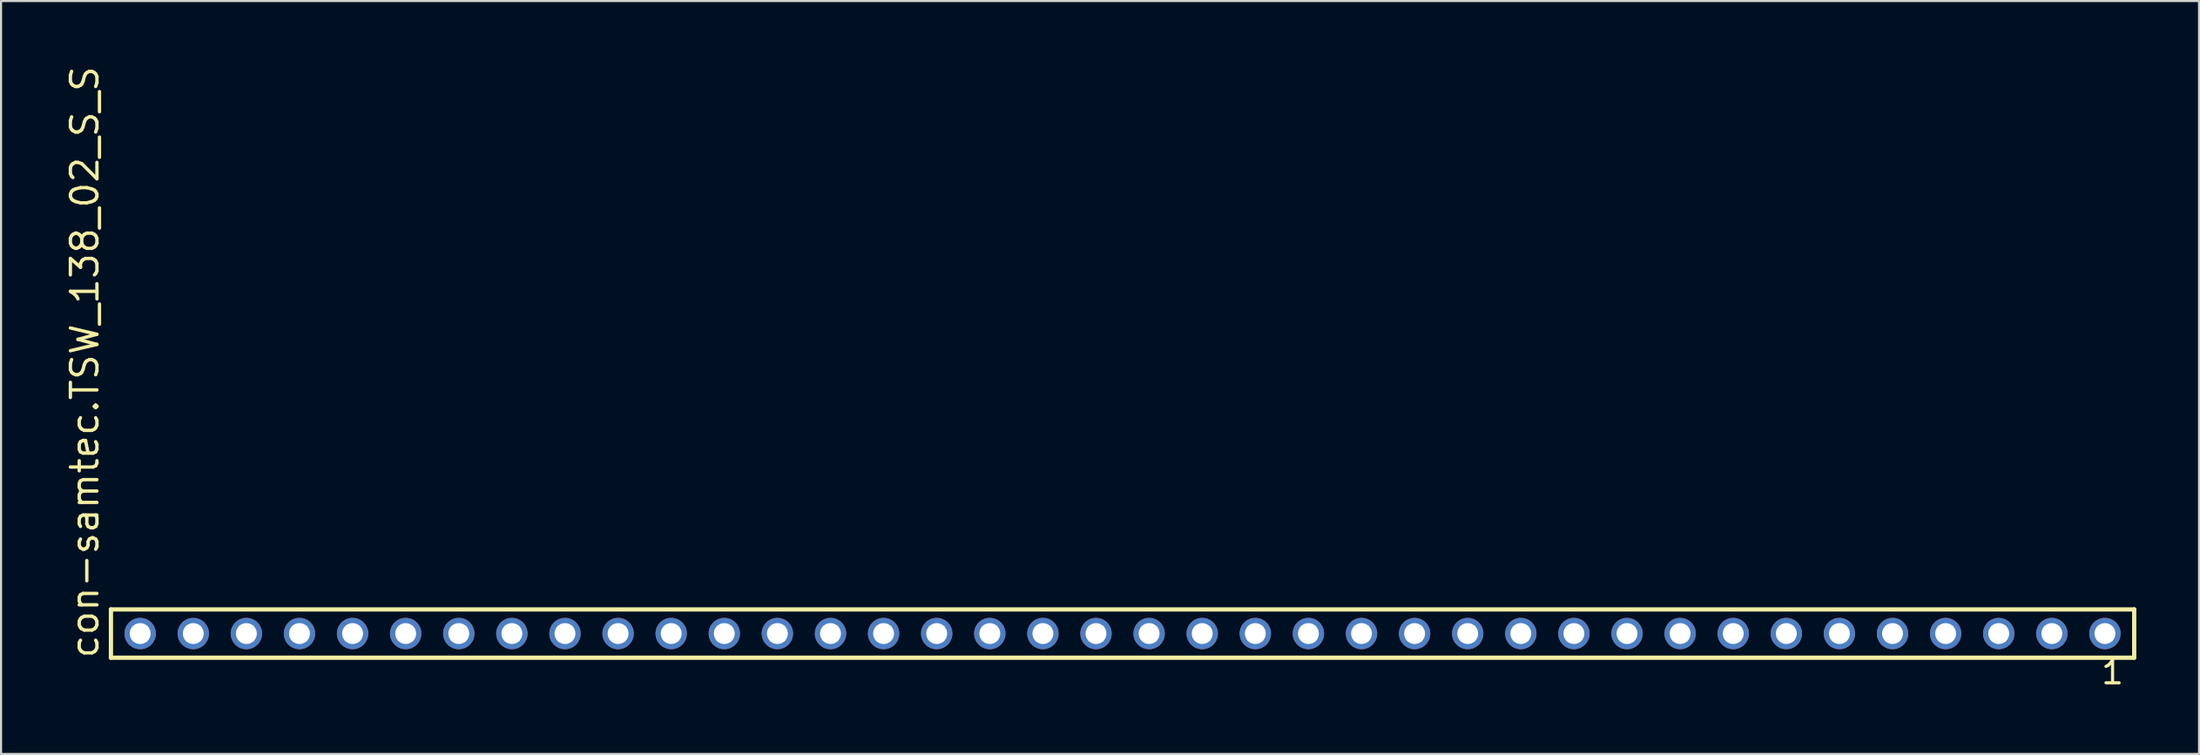
<source format=kicad_pcb>
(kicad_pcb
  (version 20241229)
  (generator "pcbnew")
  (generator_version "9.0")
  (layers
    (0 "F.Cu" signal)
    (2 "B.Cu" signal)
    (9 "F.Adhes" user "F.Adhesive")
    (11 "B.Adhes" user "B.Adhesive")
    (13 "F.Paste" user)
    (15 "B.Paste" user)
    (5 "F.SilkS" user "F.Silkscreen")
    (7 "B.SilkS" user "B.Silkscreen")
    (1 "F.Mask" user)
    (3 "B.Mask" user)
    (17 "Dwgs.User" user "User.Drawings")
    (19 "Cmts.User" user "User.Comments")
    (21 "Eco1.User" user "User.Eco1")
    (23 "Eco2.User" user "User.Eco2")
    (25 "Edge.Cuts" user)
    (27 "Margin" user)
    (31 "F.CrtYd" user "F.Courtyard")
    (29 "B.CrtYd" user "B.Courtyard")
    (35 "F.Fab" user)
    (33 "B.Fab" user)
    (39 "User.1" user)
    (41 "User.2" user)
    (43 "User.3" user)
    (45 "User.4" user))
  (footprint "con-samtec.TSW_138_02_S_S"
    (layer "F.Cu")
    (at 50.645 27.259)
    (property "Reference" "con-samtec.TSW_138_02_S_S" (at -48.895 1.27 90) (layer "F.SilkS") (effects (font (size 1.27 1.27) (thickness 0.16)) (justify left bottom)))
    (attr through_hole)
    (fp_line (start -48.389 -1.155) (end 48.389 -1.155) (stroke (width 0.203) (type default)) (layer "F.SilkS"))
    (fp_line (start -48.389 1.155) (end -48.389 -1.155) (stroke (width 0.203) (type default)) (layer "F.SilkS"))
    (fp_line (start 48.389 -1.155) (end 48.389 1.155) (stroke (width 0.203) (type default)) (layer "F.SilkS"))
    (fp_line (start 48.389 1.155) (end -48.389 1.155) (stroke (width 0.203) (type default)) (layer "F.SilkS"))
    (fp_rect (start -47.34 0.35) (end -46.64 -0.35) (stroke (width 0.05) (type default)) (fill no) (layer "F.Fab"))
    (fp_rect (start -44.8 0.35) (end -44.1 -0.35) (stroke (width 0.05) (type default)) (fill no) (layer "F.Fab"))
    (fp_rect (start -42.26 0.35) (end -41.56 -0.35) (stroke (width 0.05) (type default)) (fill no) (layer "F.Fab"))
    (fp_rect (start -39.72 0.35) (end -39.02 -0.35) (stroke (width 0.05) (type default)) (fill no) (layer "F.Fab"))
    (fp_rect (start -37.18 0.35) (end -36.48 -0.35) (stroke (width 0.05) (type default)) (fill no) (layer "F.Fab"))
    (fp_rect (start -34.64 0.35) (end -33.94 -0.35) (stroke (width 0.05) (type default)) (fill no) (layer "F.Fab"))
    (fp_rect (start -32.1 0.35) (end -31.4 -0.35) (stroke (width 0.05) (type default)) (fill no) (layer "F.Fab"))
    (fp_rect (start -29.56 0.35) (end -28.86 -0.35) (stroke (width 0.05) (type default)) (fill no) (layer "F.Fab"))
    (fp_rect (start -27.02 0.35) (end -26.32 -0.35) (stroke (width 0.05) (type default)) (fill no) (layer "F.Fab"))
    (fp_rect (start -24.48 0.35) (end -23.78 -0.35) (stroke (width 0.05) (type default)) (fill no) (layer "F.Fab"))
    (fp_rect (start -21.94 0.35) (end -21.24 -0.35) (stroke (width 0.05) (type default)) (fill no) (layer "F.Fab"))
    (fp_rect (start -19.4 0.35) (end -18.7 -0.35) (stroke (width 0.05) (type default)) (fill no) (layer "F.Fab"))
    (fp_rect (start -16.86 0.35) (end -16.16 -0.35) (stroke (width 0.05) (type default)) (fill no) (layer "F.Fab"))
    (fp_rect (start -14.32 0.35) (end -13.62 -0.35) (stroke (width 0.05) (type default)) (fill no) (layer "F.Fab"))
    (fp_rect (start -11.78 0.35) (end -11.08 -0.35) (stroke (width 0.05) (type default)) (fill no) (layer "F.Fab"))
    (fp_rect (start -9.24 0.35) (end -8.54 -0.35) (stroke (width 0.05) (type default)) (fill no) (layer "F.Fab"))
    (fp_rect (start -6.7 0.35) (end -6 -0.35) (stroke (width 0.05) (type default)) (fill no) (layer "F.Fab"))
    (fp_rect (start -4.16 0.35) (end -3.46 -0.35) (stroke (width 0.05) (type default)) (fill no) (layer "F.Fab"))
    (fp_rect (start -1.62 0.35) (end -0.92 -0.35) (stroke (width 0.05) (type default)) (fill no) (layer "F.Fab"))
    (fp_rect (start 0.92 0.35) (end 1.62 -0.35) (stroke (width 0.05) (type default)) (fill no) (layer "F.Fab"))
    (fp_rect (start 3.46 0.35) (end 4.16 -0.35) (stroke (width 0.05) (type default)) (fill no) (layer "F.Fab"))
    (fp_rect (start 6 0.35) (end 6.7 -0.35) (stroke (width 0.05) (type default)) (fill no) (layer "F.Fab"))
    (fp_rect (start 8.54 0.35) (end 9.24 -0.35) (stroke (width 0.05) (type default)) (fill no) (layer "F.Fab"))
    (fp_rect (start 11.08 0.35) (end 11.78 -0.35) (stroke (width 0.05) (type default)) (fill no) (layer "F.Fab"))
    (fp_rect (start 13.62 0.35) (end 14.32 -0.35) (stroke (width 0.05) (type default)) (fill no) (layer "F.Fab"))
    (fp_rect (start 16.16 0.35) (end 16.86 -0.35) (stroke (width 0.05) (type default)) (fill no) (layer "F.Fab"))
    (fp_rect (start 18.7 0.35) (end 19.4 -0.35) (stroke (width 0.05) (type default)) (fill no) (layer "F.Fab"))
    (fp_rect (start 21.24 0.35) (end 21.94 -0.35) (stroke (width 0.05) (type default)) (fill no) (layer "F.Fab"))
    (fp_rect (start 23.78 0.35) (end 24.48 -0.35) (stroke (width 0.05) (type default)) (fill no) (layer "F.Fab"))
    (fp_rect (start 26.32 0.35) (end 27.02 -0.35) (stroke (width 0.05) (type default)) (fill no) (layer "F.Fab"))
    (fp_rect (start 28.86 0.35) (end 29.56 -0.35) (stroke (width 0.05) (type default)) (fill no) (layer "F.Fab"))
    (fp_rect (start 31.4 0.35) (end 32.1 -0.35) (stroke (width 0.05) (type default)) (fill no) (layer "F.Fab"))
    (fp_rect (start 33.94 0.35) (end 34.64 -0.35) (stroke (width 0.05) (type default)) (fill no) (layer "F.Fab"))
    (fp_rect (start 36.48 0.35) (end 37.18 -0.35) (stroke (width 0.05) (type default)) (fill no) (layer "F.Fab"))
    (fp_rect (start 39.02 0.35) (end 39.72 -0.35) (stroke (width 0.05) (type default)) (fill no) (layer "F.Fab"))
    (fp_rect (start 41.56 0.35) (end 42.26 -0.35) (stroke (width 0.05) (type default)) (fill no) (layer "F.Fab"))
    (fp_rect (start 44.1 0.35) (end 44.8 -0.35) (stroke (width 0.05) (type default)) (fill no) (layer "F.Fab"))
    (fp_rect (start 46.64 0.35) (end 47.34 -0.35) (stroke (width 0.05) (type default)) (fill no) (layer "F.Fab"))
    (fp_text user "1" (at 46.732 2.498 0) (layer "F.SilkS") (effects (font (size 1.1 1.1) (thickness 0.15)) (justify left bottom)))
    (pad "1" thru_hole circle (at 46.99 0 180) (size 1.5 1.5) (drill 1) (layers "*.Cu" "*.Mask"))
    (pad "2" thru_hole circle (at 44.45 0 180) (size 1.5 1.5) (drill 1) (layers "*.Cu" "*.Mask"))
    (pad "3" thru_hole circle (at 41.91 0 180) (size 1.5 1.5) (drill 1) (layers "*.Cu" "*.Mask"))
    (pad "4" thru_hole circle (at 39.37 0 180) (size 1.5 1.5) (drill 1) (layers "*.Cu" "*.Mask"))
    (pad "5" thru_hole circle (at 36.83 0 180) (size 1.5 1.5) (drill 1) (layers "*.Cu" "*.Mask"))
    (pad "6" thru_hole circle (at 34.29 0 180) (size 1.5 1.5) (drill 1) (layers "*.Cu" "*.Mask"))
    (pad "7" thru_hole circle (at 31.75 0 180) (size 1.5 1.5) (drill 1) (layers "*.Cu" "*.Mask"))
    (pad "8" thru_hole circle (at 29.21 0 180) (size 1.5 1.5) (drill 1) (layers "*.Cu" "*.Mask"))
    (pad "9" thru_hole circle (at 26.67 0 180) (size 1.5 1.5) (drill 1) (layers "*.Cu" "*.Mask"))
    (pad "10" thru_hole circle (at 24.13 0 180) (size 1.5 1.5) (drill 1) (layers "*.Cu" "*.Mask"))
    (pad "11" thru_hole circle (at 21.59 0 180) (size 1.5 1.5) (drill 1) (layers "*.Cu" "*.Mask"))
    (pad "12" thru_hole circle (at 19.05 0 180) (size 1.5 1.5) (drill 1) (layers "*.Cu" "*.Mask"))
    (pad "13" thru_hole circle (at 16.51 0 180) (size 1.5 1.5) (drill 1) (layers "*.Cu" "*.Mask"))
    (pad "14" thru_hole circle (at 13.97 0 180) (size 1.5 1.5) (drill 1) (layers "*.Cu" "*.Mask"))
    (pad "15" thru_hole circle (at 11.43 0 180) (size 1.5 1.5) (drill 1) (layers "*.Cu" "*.Mask"))
    (pad "16" thru_hole circle (at 8.89 0 180) (size 1.5 1.5) (drill 1) (layers "*.Cu" "*.Mask"))
    (pad "17" thru_hole circle (at 6.35 0 180) (size 1.5 1.5) (drill 1) (layers "*.Cu" "*.Mask"))
    (pad "18" thru_hole circle (at 3.81 0 180) (size 1.5 1.5) (drill 1) (layers "*.Cu" "*.Mask"))
    (pad "19" thru_hole circle (at 1.27 0 180) (size 1.5 1.5) (drill 1) (layers "*.Cu" "*.Mask"))
    (pad "20" thru_hole circle (at -1.27 0 180) (size 1.5 1.5) (drill 1) (layers "*.Cu" "*.Mask"))
    (pad "21" thru_hole circle (at -3.81 0 180) (size 1.5 1.5) (drill 1) (layers "*.Cu" "*.Mask"))
    (pad "22" thru_hole circle (at -6.35 0 180) (size 1.5 1.5) (drill 1) (layers "*.Cu" "*.Mask"))
    (pad "23" thru_hole circle (at -8.89 0 180) (size 1.5 1.5) (drill 1) (layers "*.Cu" "*.Mask"))
    (pad "24" thru_hole circle (at -11.43 0 180) (size 1.5 1.5) (drill 1) (layers "*.Cu" "*.Mask"))
    (pad "25" thru_hole circle (at -13.97 0 180) (size 1.5 1.5) (drill 1) (layers "*.Cu" "*.Mask"))
    (pad "26" thru_hole circle (at -16.51 0 180) (size 1.5 1.5) (drill 1) (layers "*.Cu" "*.Mask"))
    (pad "27" thru_hole circle (at -19.05 0 180) (size 1.5 1.5) (drill 1) (layers "*.Cu" "*.Mask"))
    (pad "28" thru_hole circle (at -21.59 0 180) (size 1.5 1.5) (drill 1) (layers "*.Cu" "*.Mask"))
    (pad "29" thru_hole circle (at -24.13 0 180) (size 1.5 1.5) (drill 1) (layers "*.Cu" "*.Mask"))
    (pad "30" thru_hole circle (at -26.67 0 180) (size 1.5 1.5) (drill 1) (layers "*.Cu" "*.Mask"))
    (pad "31" thru_hole circle (at -29.21 0 180) (size 1.5 1.5) (drill 1) (layers "*.Cu" "*.Mask"))
    (pad "32" thru_hole circle (at -31.75 0 180) (size 1.5 1.5) (drill 1) (layers "*.Cu" "*.Mask"))
    (pad "33" thru_hole circle (at -34.29 0 180) (size 1.5 1.5) (drill 1) (layers "*.Cu" "*.Mask"))
    (pad "34" thru_hole circle (at -36.83 0 180) (size 1.5 1.5) (drill 1) (layers "*.Cu" "*.Mask"))
    (pad "35" thru_hole circle (at -39.37 0 180) (size 1.5 1.5) (drill 1) (layers "*.Cu" "*.Mask"))
    (pad "36" thru_hole circle (at -41.91 0 180) (size 1.5 1.5) (drill 1) (layers "*.Cu" "*.Mask"))
    (pad "37" thru_hole circle (at -44.45 0 180) (size 1.5 1.5) (drill 1) (layers "*.Cu" "*.Mask"))
    (pad "38" thru_hole circle (at -46.99 0 180) (size 1.5 1.5) (drill 1) (layers "*.Cu" "*.Mask")))
  (gr_rect
    (start -3 -3)
    (end 102.136 33.02)
    (stroke (width 0.1) (type default))
    (fill no)
    (layer "Edge.Cuts")))
</source>
